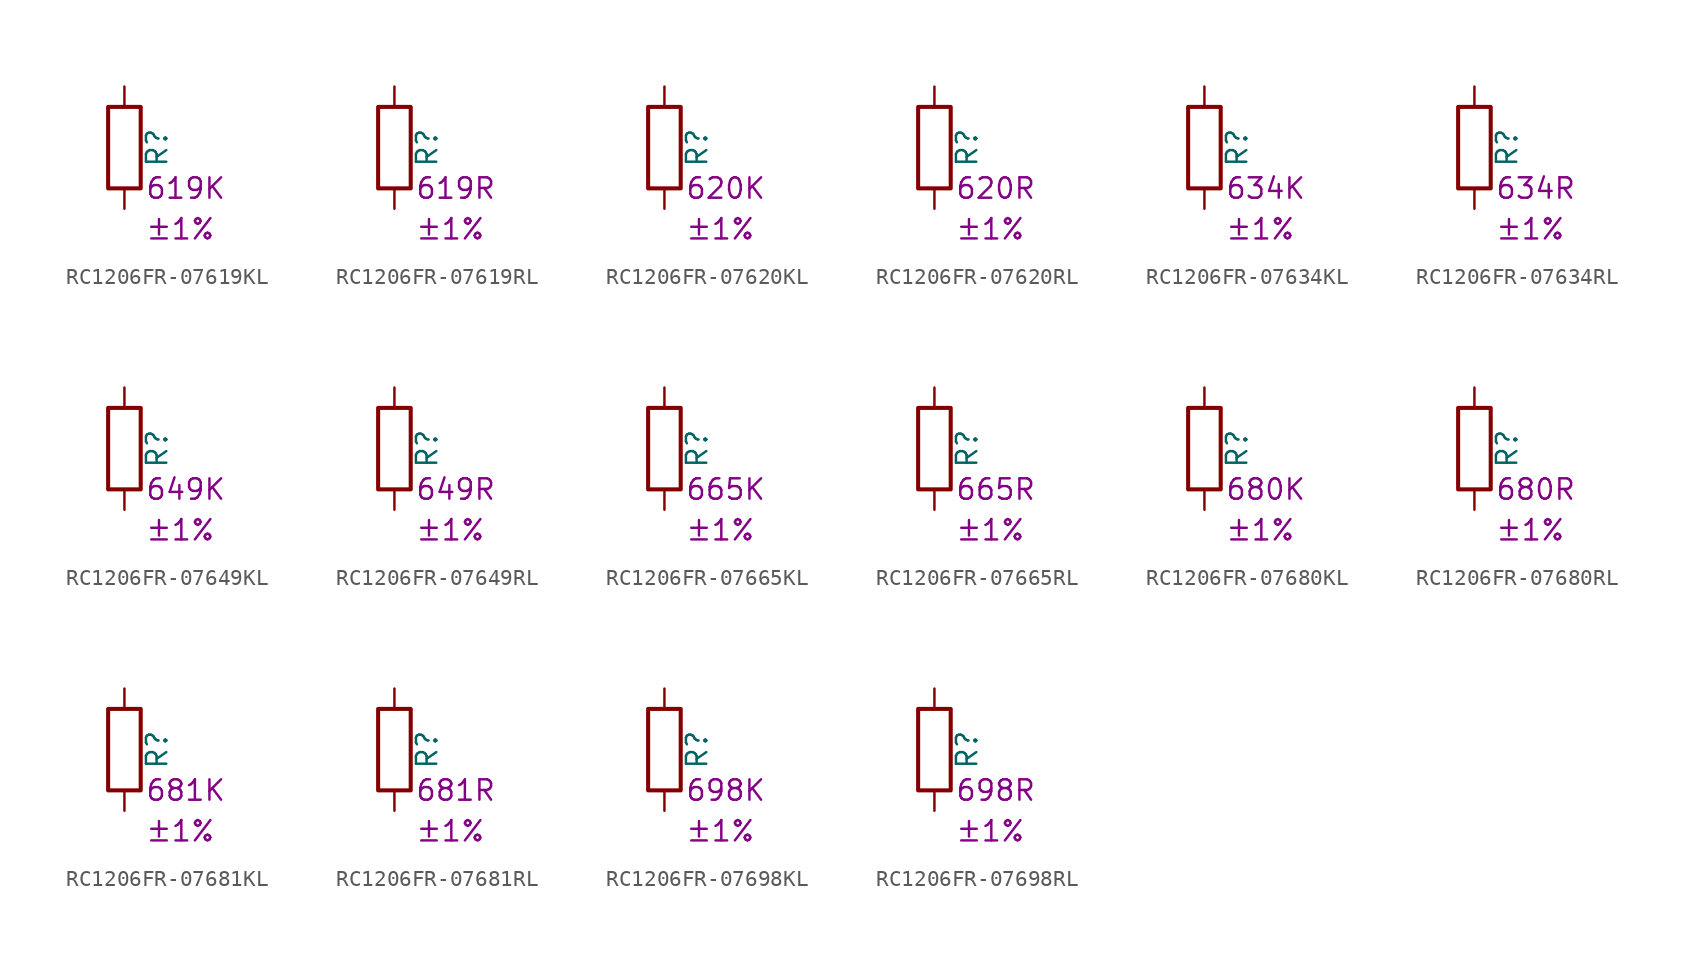
<source format=kicad_sym>
(kicad_symbol_lib
  (version 20220914)
  (generator kicad_symbol_editor)
  (symbol "RC1206FR-07619KL"
    (pin_numbers hide)
    (pin_names
      (offset 0))
    (property "Reference" "R"
      (at 2.032 0 90)
      (effects (font (size 1.27 1.27))))
    (property "Resistance" "619K"
      (at 1.27 -2.54 0)
      (effects (font (size 1.27 1.27)) (justify left)))
    (property "Tolerance" "±1%"
      (at 1.27 -5.08 0)
      (effects (font (size 1.27 1.27)) (justify left)))
    (symbol "RC1206FR-07619KL_0_1"
      (rectangle (start -1.016 -2.54) (end 1.016 2.54) (stroke (width 0.254) (type default)) (fill (type none))))
    (symbol "RC1206FR-07619KL_1_1"
      (pin passive line (at 0 3.81 270) (length 1.27) (name "~" (effects (font (size 1.27 1.27)))) (number "1" (effects (font (size 1.27 1.27)))))
      (pin passive line (at 0 -3.81 90) (length 1.27) (name "~" (effects (font (size 1.27 1.27)))) (number "2" (effects (font (size 1.27 1.27)))))))
  (symbol "RC1206FR-07619RL"
    (pin_numbers hide)
    (pin_names
      (offset 0))
    (property "Reference" "R"
      (at 2.032 0 90)
      (effects (font (size 1.27 1.27))))
    (property "Resistance" "619R"
      (at 1.27 -2.54 0)
      (effects (font (size 1.27 1.27)) (justify left)))
    (property "Tolerance" "±1%"
      (at 1.27 -5.08 0)
      (effects (font (size 1.27 1.27)) (justify left)))
    (symbol "RC1206FR-07619RL_0_1"
      (rectangle (start -1.016 -2.54) (end 1.016 2.54) (stroke (width 0.254) (type default)) (fill (type none))))
    (symbol "RC1206FR-07619RL_1_1"
      (pin passive line (at 0 3.81 270) (length 1.27) (name "~" (effects (font (size 1.27 1.27)))) (number "1" (effects (font (size 1.27 1.27)))))
      (pin passive line (at 0 -3.81 90) (length 1.27) (name "~" (effects (font (size 1.27 1.27)))) (number "2" (effects (font (size 1.27 1.27)))))))
  (symbol "RC1206FR-07620KL"
    (pin_numbers hide)
    (pin_names
      (offset 0))
    (property "Reference" "R"
      (at 2.032 0 90)
      (effects (font (size 1.27 1.27))))
    (property "Resistance" "620K"
      (at 1.27 -2.54 0)
      (effects (font (size 1.27 1.27)) (justify left)))
    (property "Tolerance" "±1%"
      (at 1.27 -5.08 0)
      (effects (font (size 1.27 1.27)) (justify left)))
    (symbol "RC1206FR-07620KL_0_1"
      (rectangle (start -1.016 -2.54) (end 1.016 2.54) (stroke (width 0.254) (type default)) (fill (type none))))
    (symbol "RC1206FR-07620KL_1_1"
      (pin passive line (at 0 3.81 270) (length 1.27) (name "~" (effects (font (size 1.27 1.27)))) (number "1" (effects (font (size 1.27 1.27)))))
      (pin passive line (at 0 -3.81 90) (length 1.27) (name "~" (effects (font (size 1.27 1.27)))) (number "2" (effects (font (size 1.27 1.27)))))))
  (symbol "RC1206FR-07620RL"
    (pin_numbers hide)
    (pin_names
      (offset 0))
    (property "Reference" "R"
      (at 2.032 0 90)
      (effects (font (size 1.27 1.27))))
    (property "Resistance" "620R"
      (at 1.27 -2.54 0)
      (effects (font (size 1.27 1.27)) (justify left)))
    (property "Tolerance" "±1%"
      (at 1.27 -5.08 0)
      (effects (font (size 1.27 1.27)) (justify left)))
    (symbol "RC1206FR-07620RL_0_1"
      (rectangle (start -1.016 -2.54) (end 1.016 2.54) (stroke (width 0.254) (type default)) (fill (type none))))
    (symbol "RC1206FR-07620RL_1_1"
      (pin passive line (at 0 3.81 270) (length 1.27) (name "~" (effects (font (size 1.27 1.27)))) (number "1" (effects (font (size 1.27 1.27)))))
      (pin passive line (at 0 -3.81 90) (length 1.27) (name "~" (effects (font (size 1.27 1.27)))) (number "2" (effects (font (size 1.27 1.27)))))))
  (symbol "RC1206FR-07634KL"
    (pin_numbers hide)
    (pin_names
      (offset 0))
    (property "Reference" "R"
      (at 2.032 0 90)
      (effects (font (size 1.27 1.27))))
    (property "Resistance" "634K"
      (at 1.27 -2.54 0)
      (effects (font (size 1.27 1.27)) (justify left)))
    (property "Tolerance" "±1%"
      (at 1.27 -5.08 0)
      (effects (font (size 1.27 1.27)) (justify left)))
    (symbol "RC1206FR-07634KL_0_1"
      (rectangle (start -1.016 -2.54) (end 1.016 2.54) (stroke (width 0.254) (type default)) (fill (type none))))
    (symbol "RC1206FR-07634KL_1_1"
      (pin passive line (at 0 3.81 270) (length 1.27) (name "~" (effects (font (size 1.27 1.27)))) (number "1" (effects (font (size 1.27 1.27)))))
      (pin passive line (at 0 -3.81 90) (length 1.27) (name "~" (effects (font (size 1.27 1.27)))) (number "2" (effects (font (size 1.27 1.27)))))))
  (symbol "RC1206FR-07634RL"
    (pin_numbers hide)
    (pin_names
      (offset 0))
    (property "Reference" "R"
      (at 2.032 0 90)
      (effects (font (size 1.27 1.27))))
    (property "Resistance" "634R"
      (at 1.27 -2.54 0)
      (effects (font (size 1.27 1.27)) (justify left)))
    (property "Tolerance" "±1%"
      (at 1.27 -5.08 0)
      (effects (font (size 1.27 1.27)) (justify left)))
    (symbol "RC1206FR-07634RL_0_1"
      (rectangle (start -1.016 -2.54) (end 1.016 2.54) (stroke (width 0.254) (type default)) (fill (type none))))
    (symbol "RC1206FR-07634RL_1_1"
      (pin passive line (at 0 3.81 270) (length 1.27) (name "~" (effects (font (size 1.27 1.27)))) (number "1" (effects (font (size 1.27 1.27)))))
      (pin passive line (at 0 -3.81 90) (length 1.27) (name "~" (effects (font (size 1.27 1.27)))) (number "2" (effects (font (size 1.27 1.27)))))))
  (symbol "RC1206FR-07649KL"
    (pin_numbers hide)
    (pin_names
      (offset 0))
    (property "Reference" "R"
      (at 2.032 0 90)
      (effects (font (size 1.27 1.27))))
    (property "Resistance" "649K"
      (at 1.27 -2.54 0)
      (effects (font (size 1.27 1.27)) (justify left)))
    (property "Tolerance" "±1%"
      (at 1.27 -5.08 0)
      (effects (font (size 1.27 1.27)) (justify left)))
    (symbol "RC1206FR-07649KL_0_1"
      (rectangle (start -1.016 -2.54) (end 1.016 2.54) (stroke (width 0.254) (type default)) (fill (type none))))
    (symbol "RC1206FR-07649KL_1_1"
      (pin passive line (at 0 3.81 270) (length 1.27) (name "~" (effects (font (size 1.27 1.27)))) (number "1" (effects (font (size 1.27 1.27)))))
      (pin passive line (at 0 -3.81 90) (length 1.27) (name "~" (effects (font (size 1.27 1.27)))) (number "2" (effects (font (size 1.27 1.27)))))))
  (symbol "RC1206FR-07649RL"
    (pin_numbers hide)
    (pin_names
      (offset 0))
    (property "Reference" "R"
      (at 2.032 0 90)
      (effects (font (size 1.27 1.27))))
    (property "Resistance" "649R"
      (at 1.27 -2.54 0)
      (effects (font (size 1.27 1.27)) (justify left)))
    (property "Tolerance" "±1%"
      (at 1.27 -5.08 0)
      (effects (font (size 1.27 1.27)) (justify left)))
    (symbol "RC1206FR-07649RL_0_1"
      (rectangle (start -1.016 -2.54) (end 1.016 2.54) (stroke (width 0.254) (type default)) (fill (type none))))
    (symbol "RC1206FR-07649RL_1_1"
      (pin passive line (at 0 3.81 270) (length 1.27) (name "~" (effects (font (size 1.27 1.27)))) (number "1" (effects (font (size 1.27 1.27)))))
      (pin passive line (at 0 -3.81 90) (length 1.27) (name "~" (effects (font (size 1.27 1.27)))) (number "2" (effects (font (size 1.27 1.27)))))))
  (symbol "RC1206FR-07665KL"
    (pin_numbers hide)
    (pin_names
      (offset 0))
    (property "Reference" "R"
      (at 2.032 0 90)
      (effects (font (size 1.27 1.27))))
    (property "Resistance" "665K"
      (at 1.27 -2.54 0)
      (effects (font (size 1.27 1.27)) (justify left)))
    (property "Tolerance" "±1%"
      (at 1.27 -5.08 0)
      (effects (font (size 1.27 1.27)) (justify left)))
    (symbol "RC1206FR-07665KL_0_1"
      (rectangle (start -1.016 -2.54) (end 1.016 2.54) (stroke (width 0.254) (type default)) (fill (type none))))
    (symbol "RC1206FR-07665KL_1_1"
      (pin passive line (at 0 3.81 270) (length 1.27) (name "~" (effects (font (size 1.27 1.27)))) (number "1" (effects (font (size 1.27 1.27)))))
      (pin passive line (at 0 -3.81 90) (length 1.27) (name "~" (effects (font (size 1.27 1.27)))) (number "2" (effects (font (size 1.27 1.27)))))))
  (symbol "RC1206FR-07665RL"
    (pin_numbers hide)
    (pin_names
      (offset 0))
    (property "Reference" "R"
      (at 2.032 0 90)
      (effects (font (size 1.27 1.27))))
    (property "Resistance" "665R"
      (at 1.27 -2.54 0)
      (effects (font (size 1.27 1.27)) (justify left)))
    (property "Tolerance" "±1%"
      (at 1.27 -5.08 0)
      (effects (font (size 1.27 1.27)) (justify left)))
    (symbol "RC1206FR-07665RL_0_1"
      (rectangle (start -1.016 -2.54) (end 1.016 2.54) (stroke (width 0.254) (type default)) (fill (type none))))
    (symbol "RC1206FR-07665RL_1_1"
      (pin passive line (at 0 3.81 270) (length 1.27) (name "~" (effects (font (size 1.27 1.27)))) (number "1" (effects (font (size 1.27 1.27)))))
      (pin passive line (at 0 -3.81 90) (length 1.27) (name "~" (effects (font (size 1.27 1.27)))) (number "2" (effects (font (size 1.27 1.27)))))))
  (symbol "RC1206FR-07680KL"
    (pin_numbers hide)
    (pin_names
      (offset 0))
    (property "Reference" "R"
      (at 2.032 0 90)
      (effects (font (size 1.27 1.27))))
    (property "Resistance" "680K"
      (at 1.27 -2.54 0)
      (effects (font (size 1.27 1.27)) (justify left)))
    (property "Tolerance" "±1%"
      (at 1.27 -5.08 0)
      (effects (font (size 1.27 1.27)) (justify left)))
    (symbol "RC1206FR-07680KL_0_1"
      (rectangle (start -1.016 -2.54) (end 1.016 2.54) (stroke (width 0.254) (type default)) (fill (type none))))
    (symbol "RC1206FR-07680KL_1_1"
      (pin passive line (at 0 3.81 270) (length 1.27) (name "~" (effects (font (size 1.27 1.27)))) (number "1" (effects (font (size 1.27 1.27)))))
      (pin passive line (at 0 -3.81 90) (length 1.27) (name "~" (effects (font (size 1.27 1.27)))) (number "2" (effects (font (size 1.27 1.27)))))))
  (symbol "RC1206FR-07680RL"
    (pin_numbers hide)
    (pin_names
      (offset 0))
    (property "Reference" "R"
      (at 2.032 0 90)
      (effects (font (size 1.27 1.27))))
    (property "Resistance" "680R"
      (at 1.27 -2.54 0)
      (effects (font (size 1.27 1.27)) (justify left)))
    (property "Tolerance" "±1%"
      (at 1.27 -5.08 0)
      (effects (font (size 1.27 1.27)) (justify left)))
    (symbol "RC1206FR-07680RL_0_1"
      (rectangle (start -1.016 -2.54) (end 1.016 2.54) (stroke (width 0.254) (type default)) (fill (type none))))
    (symbol "RC1206FR-07680RL_1_1"
      (pin passive line (at 0 3.81 270) (length 1.27) (name "~" (effects (font (size 1.27 1.27)))) (number "1" (effects (font (size 1.27 1.27)))))
      (pin passive line (at 0 -3.81 90) (length 1.27) (name "~" (effects (font (size 1.27 1.27)))) (number "2" (effects (font (size 1.27 1.27)))))))
  (symbol "RC1206FR-07681KL"
    (pin_numbers hide)
    (pin_names
      (offset 0))
    (property "Reference" "R"
      (at 2.032 0 90)
      (effects (font (size 1.27 1.27))))
    (property "Resistance" "681K"
      (at 1.27 -2.54 0)
      (effects (font (size 1.27 1.27)) (justify left)))
    (property "Tolerance" "±1%"
      (at 1.27 -5.08 0)
      (effects (font (size 1.27 1.27)) (justify left)))
    (symbol "RC1206FR-07681KL_0_1"
      (rectangle (start -1.016 -2.54) (end 1.016 2.54) (stroke (width 0.254) (type default)) (fill (type none))))
    (symbol "RC1206FR-07681KL_1_1"
      (pin passive line (at 0 3.81 270) (length 1.27) (name "~" (effects (font (size 1.27 1.27)))) (number "1" (effects (font (size 1.27 1.27)))))
      (pin passive line (at 0 -3.81 90) (length 1.27) (name "~" (effects (font (size 1.27 1.27)))) (number "2" (effects (font (size 1.27 1.27)))))))
  (symbol "RC1206FR-07681RL"
    (pin_numbers hide)
    (pin_names
      (offset 0))
    (property "Reference" "R"
      (at 2.032 0 90)
      (effects (font (size 1.27 1.27))))
    (property "Resistance" "681R"
      (at 1.27 -2.54 0)
      (effects (font (size 1.27 1.27)) (justify left)))
    (property "Tolerance" "±1%"
      (at 1.27 -5.08 0)
      (effects (font (size 1.27 1.27)) (justify left)))
    (symbol "RC1206FR-07681RL_0_1"
      (rectangle (start -1.016 -2.54) (end 1.016 2.54) (stroke (width 0.254) (type default)) (fill (type none))))
    (symbol "RC1206FR-07681RL_1_1"
      (pin passive line (at 0 3.81 270) (length 1.27) (name "~" (effects (font (size 1.27 1.27)))) (number "1" (effects (font (size 1.27 1.27)))))
      (pin passive line (at 0 -3.81 90) (length 1.27) (name "~" (effects (font (size 1.27 1.27)))) (number "2" (effects (font (size 1.27 1.27)))))))
  (symbol "RC1206FR-07698KL"
    (pin_numbers hide)
    (pin_names
      (offset 0))
    (property "Reference" "R"
      (at 2.032 0 90)
      (effects (font (size 1.27 1.27))))
    (property "Resistance" "698K"
      (at 1.27 -2.54 0)
      (effects (font (size 1.27 1.27)) (justify left)))
    (property "Tolerance" "±1%"
      (at 1.27 -5.08 0)
      (effects (font (size 1.27 1.27)) (justify left)))
    (symbol "RC1206FR-07698KL_0_1"
      (rectangle (start -1.016 -2.54) (end 1.016 2.54) (stroke (width 0.254) (type default)) (fill (type none))))
    (symbol "RC1206FR-07698KL_1_1"
      (pin passive line (at 0 3.81 270) (length 1.27) (name "~" (effects (font (size 1.27 1.27)))) (number "1" (effects (font (size 1.27 1.27)))))
      (pin passive line (at 0 -3.81 90) (length 1.27) (name "~" (effects (font (size 1.27 1.27)))) (number "2" (effects (font (size 1.27 1.27)))))))
  (symbol "RC1206FR-07698RL"
    (pin_numbers hide)
    (pin_names
      (offset 0))
    (property "Reference" "R"
      (at 2.032 0 90)
      (effects (font (size 1.27 1.27))))
    (property "Resistance" "698R"
      (at 1.27 -2.54 0)
      (effects (font (size 1.27 1.27)) (justify left)))
    (property "Tolerance" "±1%"
      (at 1.27 -5.08 0)
      (effects (font (size 1.27 1.27)) (justify left)))
    (symbol "RC1206FR-07698RL_0_1"
      (rectangle (start -1.016 -2.54) (end 1.016 2.54) (stroke (width 0.254) (type default)) (fill (type none))))
    (symbol "RC1206FR-07698RL_1_1"
      (pin passive line (at 0 3.81 270) (length 1.27) (name "~" (effects (font (size 1.27 1.27)))) (number "1" (effects (font (size 1.27 1.27)))))
      (pin passive line (at 0 -3.81 90) (length 1.27) (name "~" (effects (font (size 1.27 1.27)))) (number "2" (effects (font (size 1.27 1.27))))))))
</source>
